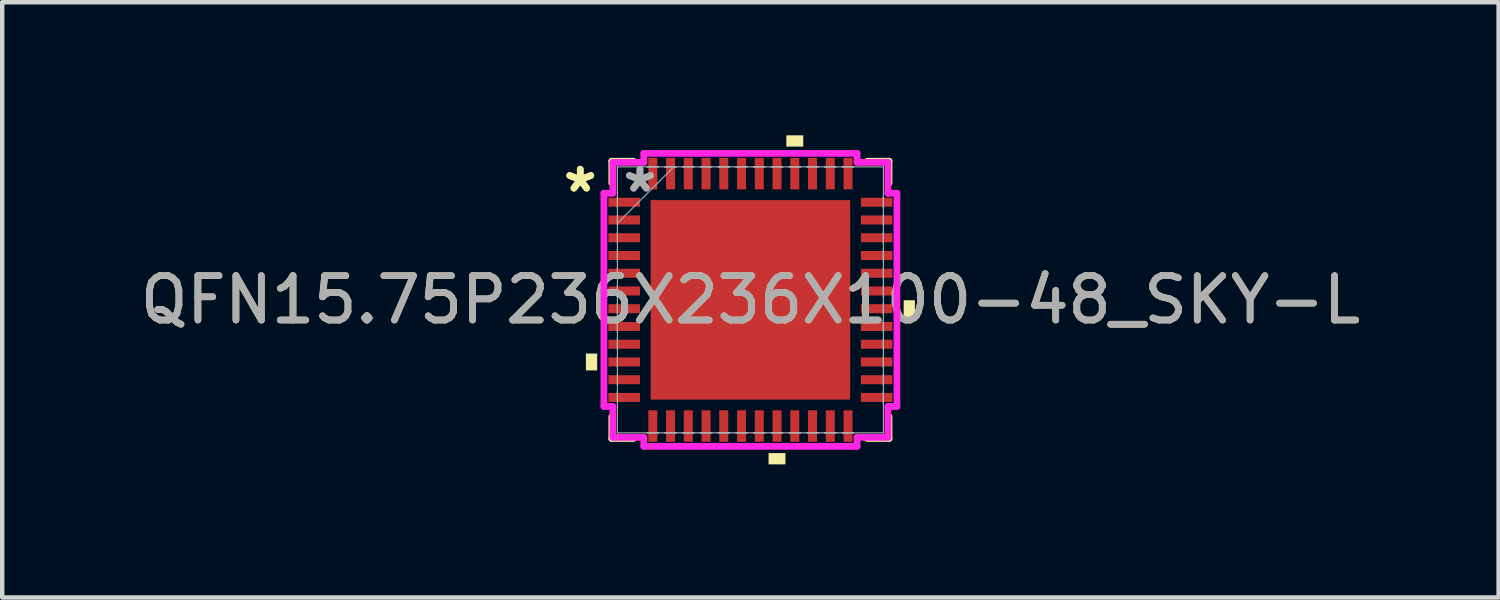
<source format=kicad_pcb>
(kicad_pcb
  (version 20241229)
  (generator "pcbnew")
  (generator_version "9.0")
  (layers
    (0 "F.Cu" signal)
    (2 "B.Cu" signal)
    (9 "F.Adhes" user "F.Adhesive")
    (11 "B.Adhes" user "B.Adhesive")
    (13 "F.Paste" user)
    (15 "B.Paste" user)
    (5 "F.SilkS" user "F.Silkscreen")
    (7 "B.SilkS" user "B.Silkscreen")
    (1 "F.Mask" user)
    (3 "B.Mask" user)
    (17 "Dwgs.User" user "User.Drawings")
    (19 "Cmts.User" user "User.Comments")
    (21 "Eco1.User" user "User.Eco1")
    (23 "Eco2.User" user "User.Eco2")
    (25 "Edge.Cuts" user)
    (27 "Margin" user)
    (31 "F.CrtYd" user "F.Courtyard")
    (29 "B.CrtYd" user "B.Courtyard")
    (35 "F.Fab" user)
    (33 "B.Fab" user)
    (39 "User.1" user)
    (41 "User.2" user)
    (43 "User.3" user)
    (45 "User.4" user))
  (footprint "QFN15.75P236X236X100-48_SKY-L"
    (layer "F.Cu")
    (at 13.863 3.708)
    (property "Reference" "QFN15.75P236X236X100-48_SKY-L" (at 0 0 0) (unlocked yes) (layer "F.SilkS") (effects (font (size 1 1) (thickness 0.15))))
    (attr smd)
    (fp_line (start -3.124 -3.124) (end -3.124 -2.634) (stroke (width 0.152) (type solid)) (layer "F.SilkS"))
    (fp_line (start -3.124 2.634) (end -3.124 3.124) (stroke (width 0.152) (type solid)) (layer "F.SilkS"))
    (fp_line (start -3.124 3.124) (end -2.634 3.124) (stroke (width 0.152) (type solid)) (layer "F.SilkS"))
    (fp_line (start -2.634 -3.124) (end -3.124 -3.124) (stroke (width 0.152) (type solid)) (layer "F.SilkS"))
    (fp_line (start 2.634 3.124) (end 3.124 3.124) (stroke (width 0.152) (type solid)) (layer "F.SilkS"))
    (fp_line (start 3.124 -3.124) (end 2.634 -3.124) (stroke (width 0.152) (type solid)) (layer "F.SilkS"))
    (fp_line (start 3.124 -2.634) (end 3.124 -3.124) (stroke (width 0.152) (type solid)) (layer "F.SilkS"))
    (fp_line (start 3.124 3.124) (end 3.124 2.634) (stroke (width 0.152) (type solid)) (layer "F.SilkS"))
    (fp_poly (pts (xy -3.708 1.21) (xy -3.708 1.591) (xy -3.454 1.591) (xy -3.454 1.21)) (stroke (width 0) (type solid)) (fill yes) (layer "F.SilkS"))
    (fp_poly (pts (xy 0.409 3.454) (xy 0.409 3.708) (xy 0.79 3.708) (xy 0.79 3.454)) (stroke (width 0) (type solid)) (fill yes) (layer "F.SilkS"))
    (fp_poly (pts (xy 0.81 -3.454) (xy 0.81 -3.708) (xy 1.191 -3.708) (xy 1.191 -3.454)) (stroke (width 0) (type solid)) (fill yes) (layer "F.SilkS"))
    (fp_poly (pts (xy 3.708 0.009) (xy 3.708 0.391) (xy 3.454 0.391) (xy 3.454 0.009)) (stroke (width 0) (type solid)) (fill yes) (layer "F.SilkS"))
    (fp_poly (pts (xy -2.148 -2.148) (xy -2.148 -0.849) (xy -0.849 -0.849) (xy -0.849 -2.148)) (stroke (width 0) (type solid)) (fill yes) (layer "F.Paste"))
    (fp_poly (pts (xy -2.148 -0.649) (xy -2.148 0.649) (xy -0.849 0.649) (xy -0.849 -0.649)) (stroke (width 0) (type solid)) (fill yes) (layer "F.Paste"))
    (fp_poly (pts (xy -2.148 0.849) (xy -2.148 2.148) (xy -0.849 2.148) (xy -0.849 0.849)) (stroke (width 0) (type solid)) (fill yes) (layer "F.Paste"))
    (fp_poly (pts (xy -0.649 -2.148) (xy -0.649 -0.849) (xy 0.649 -0.849) (xy 0.649 -2.148)) (stroke (width 0) (type solid)) (fill yes) (layer "F.Paste"))
    (fp_poly (pts (xy -0.649 -0.649) (xy -0.649 0.649) (xy 0.649 0.649) (xy 0.649 -0.649)) (stroke (width 0) (type solid)) (fill yes) (layer "F.Paste"))
    (fp_poly (pts (xy -0.649 0.849) (xy -0.649 2.148) (xy 0.649 2.148) (xy 0.649 0.849)) (stroke (width 0) (type solid)) (fill yes) (layer "F.Paste"))
    (fp_poly (pts (xy 0.849 -2.148) (xy 0.849 -0.849) (xy 2.148 -0.849) (xy 2.148 -2.148)) (stroke (width 0) (type solid)) (fill yes) (layer "F.Paste"))
    (fp_poly (pts (xy 0.849 -0.649) (xy 0.849 0.649) (xy 2.148 0.649) (xy 2.148 -0.649)) (stroke (width 0) (type solid)) (fill yes) (layer "F.Paste"))
    (fp_poly (pts (xy 0.849 0.849) (xy 0.849 2.148) (xy 2.148 2.148) (xy 2.148 0.849)) (stroke (width 0) (type solid)) (fill yes) (layer "F.Paste"))
    (fp_line (start -3.302 -2.403) (end -3.099 -2.403) (stroke (width 0.152) (type solid)) (layer "F.CrtYd"))
    (fp_line (start -3.302 2.403) (end -3.302 -2.403) (stroke (width 0.152) (type solid)) (layer "F.CrtYd"))
    (fp_line (start -3.099 -3.099) (end -2.403 -3.099) (stroke (width 0.152) (type solid)) (layer "F.CrtYd"))
    (fp_line (start -3.099 -2.403) (end -3.099 -3.099) (stroke (width 0.152) (type solid)) (layer "F.CrtYd"))
    (fp_line (start -3.099 2.403) (end -3.302 2.403) (stroke (width 0.152) (type solid)) (layer "F.CrtYd"))
    (fp_line (start -3.099 3.099) (end -3.099 2.403) (stroke (width 0.152) (type solid)) (layer "F.CrtYd"))
    (fp_line (start -2.403 -3.302) (end 2.403 -3.302) (stroke (width 0.152) (type solid)) (layer "F.CrtYd"))
    (fp_line (start -2.403 -3.099) (end -2.403 -3.302) (stroke (width 0.152) (type solid)) (layer "F.CrtYd"))
    (fp_line (start -2.403 3.099) (end -3.099 3.099) (stroke (width 0.152) (type solid)) (layer "F.CrtYd"))
    (fp_line (start -2.403 3.302) (end -2.403 3.099) (stroke (width 0.152) (type solid)) (layer "F.CrtYd"))
    (fp_line (start 2.403 -3.302) (end 2.403 -3.099) (stroke (width 0.152) (type solid)) (layer "F.CrtYd"))
    (fp_line (start 2.403 -3.099) (end 3.099 -3.099) (stroke (width 0.152) (type solid)) (layer "F.CrtYd"))
    (fp_line (start 2.403 3.099) (end 2.403 3.302) (stroke (width 0.152) (type solid)) (layer "F.CrtYd"))
    (fp_line (start 2.403 3.302) (end -2.403 3.302) (stroke (width 0.152) (type solid)) (layer "F.CrtYd"))
    (fp_line (start 3.099 -3.099) (end 3.099 -2.403) (stroke (width 0.152) (type solid)) (layer "F.CrtYd"))
    (fp_line (start 3.099 -2.403) (end 3.302 -2.403) (stroke (width 0.152) (type solid)) (layer "F.CrtYd"))
    (fp_line (start 3.099 2.403) (end 3.099 3.099) (stroke (width 0.152) (type solid)) (layer "F.CrtYd"))
    (fp_line (start 3.099 3.099) (end 2.403 3.099) (stroke (width 0.152) (type solid)) (layer "F.CrtYd"))
    (fp_line (start 3.302 -2.403) (end 3.302 2.403) (stroke (width 0.152) (type solid)) (layer "F.CrtYd"))
    (fp_line (start 3.302 2.403) (end 3.099 2.403) (stroke (width 0.152) (type solid)) (layer "F.CrtYd"))
    (fp_line (start -2.997 -2.997) (end -2.997 -2.997) (stroke (width 0.025) (type solid)) (layer "F.Fab"))
    (fp_line (start -2.997 -2.997) (end -2.997 2.997) (stroke (width 0.025) (type solid)) (layer "F.Fab"))
    (fp_line (start -2.997 -2.327) (end -2.997 -2.327) (stroke (width 0.025) (type solid)) (layer "F.Fab"))
    (fp_line (start -2.997 -2.327) (end -2.997 -2.073) (stroke (width 0.025) (type solid)) (layer "F.Fab"))
    (fp_line (start -2.997 -2.073) (end -2.997 -2.327) (stroke (width 0.025) (type solid)) (layer "F.Fab"))
    (fp_line (start -2.997 -2.073) (end -2.997 -2.073) (stroke (width 0.025) (type solid)) (layer "F.Fab"))
    (fp_line (start -2.997 -1.927) (end -2.997 -1.927) (stroke (width 0.025) (type solid)) (layer "F.Fab"))
    (fp_line (start -2.997 -1.927) (end -2.997 -1.673) (stroke (width 0.025) (type solid)) (layer "F.Fab"))
    (fp_line (start -2.997 -1.727) (end -1.727 -2.997) (stroke (width 0.025) (type solid)) (layer "F.Fab"))
    (fp_line (start -2.997 -1.673) (end -2.997 -1.927) (stroke (width 0.025) (type solid)) (layer "F.Fab"))
    (fp_line (start -2.997 -1.673) (end -2.997 -1.673) (stroke (width 0.025) (type solid)) (layer "F.Fab"))
    (fp_line (start -2.997 -1.527) (end -2.997 -1.527) (stroke (width 0.025) (type solid)) (layer "F.Fab"))
    (fp_line (start -2.997 -1.527) (end -2.997 -1.273) (stroke (width 0.025) (type solid)) (layer "F.Fab"))
    (fp_line (start -2.997 -1.273) (end -2.997 -1.527) (stroke (width 0.025) (type solid)) (layer "F.Fab"))
    (fp_line (start -2.997 -1.273) (end -2.997 -1.273) (stroke (width 0.025) (type solid)) (layer "F.Fab"))
    (fp_line (start -2.997 -1.127) (end -2.997 -1.127) (stroke (width 0.025) (type solid)) (layer "F.Fab"))
    (fp_line (start -2.997 -1.127) (end -2.997 -0.873) (stroke (width 0.025) (type solid)) (layer "F.Fab"))
    (fp_line (start -2.997 -0.873) (end -2.997 -1.127) (stroke (width 0.025) (type solid)) (layer "F.Fab"))
    (fp_line (start -2.997 -0.873) (end -2.997 -0.873) (stroke (width 0.025) (type solid)) (layer "F.Fab"))
    (fp_line (start -2.997 -0.727) (end -2.997 -0.727) (stroke (width 0.025) (type solid)) (layer "F.Fab"))
    (fp_line (start -2.997 -0.727) (end -2.997 -0.473) (stroke (width 0.025) (type solid)) (layer "F.Fab"))
    (fp_line (start -2.997 -0.473) (end -2.997 -0.727) (stroke (width 0.025) (type solid)) (layer "F.Fab"))
    (fp_line (start -2.997 -0.473) (end -2.997 -0.473) (stroke (width 0.025) (type solid)) (layer "F.Fab"))
    (fp_line (start -2.997 -0.327) (end -2.997 -0.327) (stroke (width 0.025) (type solid)) (layer "F.Fab"))
    (fp_line (start -2.997 -0.327) (end -2.997 -0.073) (stroke (width 0.025) (type solid)) (layer "F.Fab"))
    (fp_line (start -2.997 -0.073) (end -2.997 -0.327) (stroke (width 0.025) (type solid)) (layer "F.Fab"))
    (fp_line (start -2.997 -0.073) (end -2.997 -0.073) (stroke (width 0.025) (type solid)) (layer "F.Fab"))
    (fp_line (start -2.997 0.073) (end -2.997 0.073) (stroke (width 0.025) (type solid)) (layer "F.Fab"))
    (fp_line (start -2.997 0.073) (end -2.997 0.327) (stroke (width 0.025) (type solid)) (layer "F.Fab"))
    (fp_line (start -2.997 0.327) (end -2.997 0.073) (stroke (width 0.025) (type solid)) (layer "F.Fab"))
    (fp_line (start -2.997 0.327) (end -2.997 0.327) (stroke (width 0.025) (type solid)) (layer "F.Fab"))
    (fp_line (start -2.997 0.473) (end -2.997 0.473) (stroke (width 0.025) (type solid)) (layer "F.Fab"))
    (fp_line (start -2.997 0.473) (end -2.997 0.727) (stroke (width 0.025) (type solid)) (layer "F.Fab"))
    (fp_line (start -2.997 0.727) (end -2.997 0.473) (stroke (width 0.025) (type solid)) (layer "F.Fab"))
    (fp_line (start -2.997 0.727) (end -2.997 0.727) (stroke (width 0.025) (type solid)) (layer "F.Fab"))
    (fp_line (start -2.997 0.873) (end -2.997 0.873) (stroke (width 0.025) (type solid)) (layer "F.Fab"))
    (fp_line (start -2.997 0.873) (end -2.997 1.127) (stroke (width 0.025) (type solid)) (layer "F.Fab"))
    (fp_line (start -2.997 1.127) (end -2.997 0.873) (stroke (width 0.025) (type solid)) (layer "F.Fab"))
    (fp_line (start -2.997 1.127) (end -2.997 1.127) (stroke (width 0.025) (type solid)) (layer "F.Fab"))
    (fp_line (start -2.997 1.273) (end -2.997 1.273) (stroke (width 0.025) (type solid)) (layer "F.Fab"))
    (fp_line (start -2.997 1.273) (end -2.997 1.527) (stroke (width 0.025) (type solid)) (layer "F.Fab"))
    (fp_line (start -2.997 1.527) (end -2.997 1.273) (stroke (width 0.025) (type solid)) (layer "F.Fab"))
    (fp_line (start -2.997 1.527) (end -2.997 1.527) (stroke (width 0.025) (type solid)) (layer "F.Fab"))
    (fp_line (start -2.997 1.673) (end -2.997 1.673) (stroke (width 0.025) (type solid)) (layer "F.Fab"))
    (fp_line (start -2.997 1.673) (end -2.997 1.927) (stroke (width 0.025) (type solid)) (layer "F.Fab"))
    (fp_line (start -2.997 1.927) (end -2.997 1.673) (stroke (width 0.025) (type solid)) (layer "F.Fab"))
    (fp_line (start -2.997 1.927) (end -2.997 1.927) (stroke (width 0.025) (type solid)) (layer "F.Fab"))
    (fp_line (start -2.997 2.073) (end -2.997 2.073) (stroke (width 0.025) (type solid)) (layer "F.Fab"))
    (fp_line (start -2.997 2.073) (end -2.997 2.327) (stroke (width 0.025) (type solid)) (layer "F.Fab"))
    (fp_line (start -2.997 2.327) (end -2.997 2.073) (stroke (width 0.025) (type solid)) (layer "F.Fab"))
    (fp_line (start -2.997 2.327) (end -2.997 2.327) (stroke (width 0.025) (type solid)) (layer "F.Fab"))
    (fp_line (start -2.997 2.997) (end -2.997 2.997) (stroke (width 0.025) (type solid)) (layer "F.Fab"))
    (fp_line (start -2.997 2.997) (end 2.997 2.997) (stroke (width 0.025) (type solid)) (layer "F.Fab"))
    (fp_line (start -2.327 -2.997) (end -2.327 -2.997) (stroke (width 0.025) (type solid)) (layer "F.Fab"))
    (fp_line (start -2.327 -2.997) (end -2.073 -2.997) (stroke (width 0.025) (type solid)) (layer "F.Fab"))
    (fp_line (start -2.327 2.997) (end -2.327 2.997) (stroke (width 0.025) (type solid)) (layer "F.Fab"))
    (fp_line (start -2.327 2.997) (end -2.073 2.997) (stroke (width 0.025) (type solid)) (layer "F.Fab"))
    (fp_line (start -2.073 -2.997) (end -2.327 -2.997) (stroke (width 0.025) (type solid)) (layer "F.Fab"))
    (fp_line (start -2.073 -2.997) (end -2.073 -2.997) (stroke (width 0.025) (type solid)) (layer "F.Fab"))
    (fp_line (start -2.073 2.997) (end -2.327 2.997) (stroke (width 0.025) (type solid)) (layer "F.Fab"))
    (fp_line (start -2.073 2.997) (end -2.073 2.997) (stroke (width 0.025) (type solid)) (layer "F.Fab"))
    (fp_line (start -1.927 -2.997) (end -1.927 -2.997) (stroke (width 0.025) (type solid)) (layer "F.Fab"))
    (fp_line (start -1.927 -2.997) (end -1.673 -2.997) (stroke (width 0.025) (type solid)) (layer "F.Fab"))
    (fp_line (start -1.927 2.997) (end -1.927 2.997) (stroke (width 0.025) (type solid)) (layer "F.Fab"))
    (fp_line (start -1.927 2.997) (end -1.673 2.997) (stroke (width 0.025) (type solid)) (layer "F.Fab"))
    (fp_line (start -1.673 -2.997) (end -1.927 -2.997) (stroke (width 0.025) (type solid)) (layer "F.Fab"))
    (fp_line (start -1.673 -2.997) (end -1.673 -2.997) (stroke (width 0.025) (type solid)) (layer "F.Fab"))
    (fp_line (start -1.673 2.997) (end -1.927 2.997) (stroke (width 0.025) (type solid)) (layer "F.Fab"))
    (fp_line (start -1.673 2.997) (end -1.673 2.997) (stroke (width 0.025) (type solid)) (layer "F.Fab"))
    (fp_line (start -1.527 -2.997) (end -1.527 -2.997) (stroke (width 0.025) (type solid)) (layer "F.Fab"))
    (fp_line (start -1.527 -2.997) (end -1.273 -2.997) (stroke (width 0.025) (type solid)) (layer "F.Fab"))
    (fp_line (start -1.527 2.997) (end -1.527 2.997) (stroke (width 0.025) (type solid)) (layer "F.Fab"))
    (fp_line (start -1.527 2.997) (end -1.273 2.997) (stroke (width 0.025) (type solid)) (layer "F.Fab"))
    (fp_line (start -1.273 -2.997) (end -1.527 -2.997) (stroke (width 0.025) (type solid)) (layer "F.Fab"))
    (fp_line (start -1.273 -2.997) (end -1.273 -2.997) (stroke (width 0.025) (type solid)) (layer "F.Fab"))
    (fp_line (start -1.273 2.997) (end -1.527 2.997) (stroke (width 0.025) (type solid)) (layer "F.Fab"))
    (fp_line (start -1.273 2.997) (end -1.273 2.997) (stroke (width 0.025) (type solid)) (layer "F.Fab"))
    (fp_line (start -1.127 -2.997) (end -1.127 -2.997) (stroke (width 0.025) (type solid)) (layer "F.Fab"))
    (fp_line (start -1.127 -2.997) (end -0.873 -2.997) (stroke (width 0.025) (type solid)) (layer "F.Fab"))
    (fp_line (start -1.127 2.997) (end -1.127 2.997) (stroke (width 0.025) (type solid)) (layer "F.Fab"))
    (fp_line (start -1.127 2.997) (end -0.873 2.997) (stroke (width 0.025) (type solid)) (layer "F.Fab"))
    (fp_line (start -0.873 -2.997) (end -1.127 -2.997) (stroke (width 0.025) (type solid)) (layer "F.Fab"))
    (fp_line (start -0.873 -2.997) (end -0.873 -2.997) (stroke (width 0.025) (type solid)) (layer "F.Fab"))
    (fp_line (start -0.873 2.997) (end -1.127 2.997) (stroke (width 0.025) (type solid)) (layer "F.Fab"))
    (fp_line (start -0.873 2.997) (end -0.873 2.997) (stroke (width 0.025) (type solid)) (layer "F.Fab"))
    (fp_line (start -0.727 -2.997) (end -0.727 -2.997) (stroke (width 0.025) (type solid)) (layer "F.Fab"))
    (fp_line (start -0.727 -2.997) (end -0.473 -2.997) (stroke (width 0.025) (type solid)) (layer "F.Fab"))
    (fp_line (start -0.727 2.997) (end -0.727 2.997) (stroke (width 0.025) (type solid)) (layer "F.Fab"))
    (fp_line (start -0.727 2.997) (end -0.473 2.997) (stroke (width 0.025) (type solid)) (layer "F.Fab"))
    (fp_line (start -0.473 -2.997) (end -0.727 -2.997) (stroke (width 0.025) (type solid)) (layer "F.Fab"))
    (fp_line (start -0.473 -2.997) (end -0.473 -2.997) (stroke (width 0.025) (type solid)) (layer "F.Fab"))
    (fp_line (start -0.473 2.997) (end -0.727 2.997) (stroke (width 0.025) (type solid)) (layer "F.Fab"))
    (fp_line (start -0.473 2.997) (end -0.473 2.997) (stroke (width 0.025) (type solid)) (layer "F.Fab"))
    (fp_line (start -0.327 -2.997) (end -0.327 -2.997) (stroke (width 0.025) (type solid)) (layer "F.Fab"))
    (fp_line (start -0.327 -2.997) (end -0.073 -2.997) (stroke (width 0.025) (type solid)) (layer "F.Fab"))
    (fp_line (start -0.327 2.997) (end -0.327 2.997) (stroke (width 0.025) (type solid)) (layer "F.Fab"))
    (fp_line (start -0.327 2.997) (end -0.073 2.997) (stroke (width 0.025) (type solid)) (layer "F.Fab"))
    (fp_line (start -0.073 -2.997) (end -0.327 -2.997) (stroke (width 0.025) (type solid)) (layer "F.Fab"))
    (fp_line (start -0.073 -2.997) (end -0.073 -2.997) (stroke (width 0.025) (type solid)) (layer "F.Fab"))
    (fp_line (start -0.073 2.997) (end -0.327 2.997) (stroke (width 0.025) (type solid)) (layer "F.Fab"))
    (fp_line (start -0.073 2.997) (end -0.073 2.997) (stroke (width 0.025) (type solid)) (layer "F.Fab"))
    (fp_line (start 0.073 -2.997) (end 0.073 -2.997) (stroke (width 0.025) (type solid)) (layer "F.Fab"))
    (fp_line (start 0.073 -2.997) (end 0.327 -2.997) (stroke (width 0.025) (type solid)) (layer "F.Fab"))
    (fp_line (start 0.073 2.997) (end 0.073 2.997) (stroke (width 0.025) (type solid)) (layer "F.Fab"))
    (fp_line (start 0.073 2.997) (end 0.327 2.997) (stroke (width 0.025) (type solid)) (layer "F.Fab"))
    (fp_line (start 0.327 -2.997) (end 0.073 -2.997) (stroke (width 0.025) (type solid)) (layer "F.Fab"))
    (fp_line (start 0.327 -2.997) (end 0.327 -2.997) (stroke (width 0.025) (type solid)) (layer "F.Fab"))
    (fp_line (start 0.327 2.997) (end 0.073 2.997) (stroke (width 0.025) (type solid)) (layer "F.Fab"))
    (fp_line (start 0.327 2.997) (end 0.327 2.997) (stroke (width 0.025) (type solid)) (layer "F.Fab"))
    (fp_line (start 0.473 -2.997) (end 0.473 -2.997) (stroke (width 0.025) (type solid)) (layer "F.Fab"))
    (fp_line (start 0.473 -2.997) (end 0.727 -2.997) (stroke (width 0.025) (type solid)) (layer "F.Fab"))
    (fp_line (start 0.473 2.997) (end 0.473 2.997) (stroke (width 0.025) (type solid)) (layer "F.Fab"))
    (fp_line (start 0.473 2.997) (end 0.727 2.997) (stroke (width 0.025) (type solid)) (layer "F.Fab"))
    (fp_line (start 0.727 -2.997) (end 0.473 -2.997) (stroke (width 0.025) (type solid)) (layer "F.Fab"))
    (fp_line (start 0.727 -2.997) (end 0.727 -2.997) (stroke (width 0.025) (type solid)) (layer "F.Fab"))
    (fp_line (start 0.727 2.997) (end 0.473 2.997) (stroke (width 0.025) (type solid)) (layer "F.Fab"))
    (fp_line (start 0.727 2.997) (end 0.727 2.997) (stroke (width 0.025) (type solid)) (layer "F.Fab"))
    (fp_line (start 0.873 -2.997) (end 0.873 -2.997) (stroke (width 0.025) (type solid)) (layer "F.Fab"))
    (fp_line (start 0.873 -2.997) (end 1.127 -2.997) (stroke (width 0.025) (type solid)) (layer "F.Fab"))
    (fp_line (start 0.873 2.997) (end 0.873 2.997) (stroke (width 0.025) (type solid)) (layer "F.Fab"))
    (fp_line (start 0.873 2.997) (end 1.127 2.997) (stroke (width 0.025) (type solid)) (layer "F.Fab"))
    (fp_line (start 1.127 -2.997) (end 0.873 -2.997) (stroke (width 0.025) (type solid)) (layer "F.Fab"))
    (fp_line (start 1.127 -2.997) (end 1.127 -2.997) (stroke (width 0.025) (type solid)) (layer "F.Fab"))
    (fp_line (start 1.127 2.997) (end 0.873 2.997) (stroke (width 0.025) (type solid)) (layer "F.Fab"))
    (fp_line (start 1.127 2.997) (end 1.127 2.997) (stroke (width 0.025) (type solid)) (layer "F.Fab"))
    (fp_line (start 1.273 -2.997) (end 1.273 -2.997) (stroke (width 0.025) (type solid)) (layer "F.Fab"))
    (fp_line (start 1.273 -2.997) (end 1.527 -2.997) (stroke (width 0.025) (type solid)) (layer "F.Fab"))
    (fp_line (start 1.273 2.997) (end 1.273 2.997) (stroke (width 0.025) (type solid)) (layer "F.Fab"))
    (fp_line (start 1.273 2.997) (end 1.527 2.997) (stroke (width 0.025) (type solid)) (layer "F.Fab"))
    (fp_line (start 1.527 -2.997) (end 1.273 -2.997) (stroke (width 0.025) (type solid)) (layer "F.Fab"))
    (fp_line (start 1.527 -2.997) (end 1.527 -2.997) (stroke (width 0.025) (type solid)) (layer "F.Fab"))
    (fp_line (start 1.527 2.997) (end 1.273 2.997) (stroke (width 0.025) (type solid)) (layer "F.Fab"))
    (fp_line (start 1.527 2.997) (end 1.527 2.997) (stroke (width 0.025) (type solid)) (layer "F.Fab"))
    (fp_line (start 1.673 -2.997) (end 1.673 -2.997) (stroke (width 0.025) (type solid)) (layer "F.Fab"))
    (fp_line (start 1.673 -2.997) (end 1.927 -2.997) (stroke (width 0.025) (type solid)) (layer "F.Fab"))
    (fp_line (start 1.673 2.997) (end 1.673 2.997) (stroke (width 0.025) (type solid)) (layer "F.Fab"))
    (fp_line (start 1.673 2.997) (end 1.927 2.997) (stroke (width 0.025) (type solid)) (layer "F.Fab"))
    (fp_line (start 1.927 -2.997) (end 1.673 -2.997) (stroke (width 0.025) (type solid)) (layer "F.Fab"))
    (fp_line (start 1.927 -2.997) (end 1.927 -2.997) (stroke (width 0.025) (type solid)) (layer "F.Fab"))
    (fp_line (start 1.927 2.997) (end 1.673 2.997) (stroke (width 0.025) (type solid)) (layer "F.Fab"))
    (fp_line (start 1.927 2.997) (end 1.927 2.997) (stroke (width 0.025) (type solid)) (layer "F.Fab"))
    (fp_line (start 2.073 -2.997) (end 2.073 -2.997) (stroke (width 0.025) (type solid)) (layer "F.Fab"))
    (fp_line (start 2.073 -2.997) (end 2.327 -2.997) (stroke (width 0.025) (type solid)) (layer "F.Fab"))
    (fp_line (start 2.073 2.997) (end 2.073 2.997) (stroke (width 0.025) (type solid)) (layer "F.Fab"))
    (fp_line (start 2.073 2.997) (end 2.327 2.997) (stroke (width 0.025) (type solid)) (layer "F.Fab"))
    (fp_line (start 2.327 -2.997) (end 2.073 -2.997) (stroke (width 0.025) (type solid)) (layer "F.Fab"))
    (fp_line (start 2.327 -2.997) (end 2.327 -2.997) (stroke (width 0.025) (type solid)) (layer "F.Fab"))
    (fp_line (start 2.327 2.997) (end 2.073 2.997) (stroke (width 0.025) (type solid)) (layer "F.Fab"))
    (fp_line (start 2.327 2.997) (end 2.327 2.997) (stroke (width 0.025) (type solid)) (layer "F.Fab"))
    (fp_line (start 2.997 -2.997) (end -2.997 -2.997) (stroke (width 0.025) (type solid)) (layer "F.Fab"))
    (fp_line (start 2.997 -2.997) (end 2.997 -2.997) (stroke (width 0.025) (type solid)) (layer "F.Fab"))
    (fp_line (start 2.997 -2.327) (end 2.997 -2.327) (stroke (width 0.025) (type solid)) (layer "F.Fab"))
    (fp_line (start 2.997 -2.327) (end 2.997 -2.073) (stroke (width 0.025) (type solid)) (layer "F.Fab"))
    (fp_line (start 2.997 -2.073) (end 2.997 -2.327) (stroke (width 0.025) (type solid)) (layer "F.Fab"))
    (fp_line (start 2.997 -2.073) (end 2.997 -2.073) (stroke (width 0.025) (type solid)) (layer "F.Fab"))
    (fp_line (start 2.997 -1.927) (end 2.997 -1.927) (stroke (width 0.025) (type solid)) (layer "F.Fab"))
    (fp_line (start 2.997 -1.927) (end 2.997 -1.673) (stroke (width 0.025) (type solid)) (layer "F.Fab"))
    (fp_line (start 2.997 -1.673) (end 2.997 -1.927) (stroke (width 0.025) (type solid)) (layer "F.Fab"))
    (fp_line (start 2.997 -1.673) (end 2.997 -1.673) (stroke (width 0.025) (type solid)) (layer "F.Fab"))
    (fp_line (start 2.997 -1.527) (end 2.997 -1.527) (stroke (width 0.025) (type solid)) (layer "F.Fab"))
    (fp_line (start 2.997 -1.527) (end 2.997 -1.273) (stroke (width 0.025) (type solid)) (layer "F.Fab"))
    (fp_line (start 2.997 -1.273) (end 2.997 -1.527) (stroke (width 0.025) (type solid)) (layer "F.Fab"))
    (fp_line (start 2.997 -1.273) (end 2.997 -1.273) (stroke (width 0.025) (type solid)) (layer "F.Fab"))
    (fp_line (start 2.997 -1.127) (end 2.997 -1.127) (stroke (width 0.025) (type solid)) (layer "F.Fab"))
    (fp_line (start 2.997 -1.127) (end 2.997 -0.873) (stroke (width 0.025) (type solid)) (layer "F.Fab"))
    (fp_line (start 2.997 -0.873) (end 2.997 -1.127) (stroke (width 0.025) (type solid)) (layer "F.Fab"))
    (fp_line (start 2.997 -0.873) (end 2.997 -0.873) (stroke (width 0.025) (type solid)) (layer "F.Fab"))
    (fp_line (start 2.997 -0.727) (end 2.997 -0.727) (stroke (width 0.025) (type solid)) (layer "F.Fab"))
    (fp_line (start 2.997 -0.727) (end 2.997 -0.473) (stroke (width 0.025) (type solid)) (layer "F.Fab"))
    (fp_line (start 2.997 -0.473) (end 2.997 -0.727) (stroke (width 0.025) (type solid)) (layer "F.Fab"))
    (fp_line (start 2.997 -0.473) (end 2.997 -0.473) (stroke (width 0.025) (type solid)) (layer "F.Fab"))
    (fp_line (start 2.997 -0.327) (end 2.997 -0.327) (stroke (width 0.025) (type solid)) (layer "F.Fab"))
    (fp_line (start 2.997 -0.327) (end 2.997 -0.073) (stroke (width 0.025) (type solid)) (layer "F.Fab"))
    (fp_line (start 2.997 -0.073) (end 2.997 -0.327) (stroke (width 0.025) (type solid)) (layer "F.Fab"))
    (fp_line (start 2.997 -0.073) (end 2.997 -0.073) (stroke (width 0.025) (type solid)) (layer "F.Fab"))
    (fp_line (start 2.997 0.073) (end 2.997 0.073) (stroke (width 0.025) (type solid)) (layer "F.Fab"))
    (fp_line (start 2.997 0.073) (end 2.997 0.327) (stroke (width 0.025) (type solid)) (layer "F.Fab"))
    (fp_line (start 2.997 0.327) (end 2.997 0.073) (stroke (width 0.025) (type solid)) (layer "F.Fab"))
    (fp_line (start 2.997 0.327) (end 2.997 0.327) (stroke (width 0.025) (type solid)) (layer "F.Fab"))
    (fp_line (start 2.997 0.473) (end 2.997 0.473) (stroke (width 0.025) (type solid)) (layer "F.Fab"))
    (fp_line (start 2.997 0.473) (end 2.997 0.727) (stroke (width 0.025) (type solid)) (layer "F.Fab"))
    (fp_line (start 2.997 0.727) (end 2.997 0.473) (stroke (width 0.025) (type solid)) (layer "F.Fab"))
    (fp_line (start 2.997 0.727) (end 2.997 0.727) (stroke (width 0.025) (type solid)) (layer "F.Fab"))
    (fp_line (start 2.997 0.873) (end 2.997 0.873) (stroke (width 0.025) (type solid)) (layer "F.Fab"))
    (fp_line (start 2.997 0.873) (end 2.997 1.127) (stroke (width 0.025) (type solid)) (layer "F.Fab"))
    (fp_line (start 2.997 1.127) (end 2.997 0.873) (stroke (width 0.025) (type solid)) (layer "F.Fab"))
    (fp_line (start 2.997 1.127) (end 2.997 1.127) (stroke (width 0.025) (type solid)) (layer "F.Fab"))
    (fp_line (start 2.997 1.273) (end 2.997 1.273) (stroke (width 0.025) (type solid)) (layer "F.Fab"))
    (fp_line (start 2.997 1.273) (end 2.997 1.527) (stroke (width 0.025) (type solid)) (layer "F.Fab"))
    (fp_line (start 2.997 1.527) (end 2.997 1.273) (stroke (width 0.025) (type solid)) (layer "F.Fab"))
    (fp_line (start 2.997 1.527) (end 2.997 1.527) (stroke (width 0.025) (type solid)) (layer "F.Fab"))
    (fp_line (start 2.997 1.673) (end 2.997 1.673) (stroke (width 0.025) (type solid)) (layer "F.Fab"))
    (fp_line (start 2.997 1.673) (end 2.997 1.927) (stroke (width 0.025) (type solid)) (layer "F.Fab"))
    (fp_line (start 2.997 1.927) (end 2.997 1.673) (stroke (width 0.025) (type solid)) (layer "F.Fab"))
    (fp_line (start 2.997 1.927) (end 2.997 1.927) (stroke (width 0.025) (type solid)) (layer "F.Fab"))
    (fp_line (start 2.997 2.073) (end 2.997 2.073) (stroke (width 0.025) (type solid)) (layer "F.Fab"))
    (fp_line (start 2.997 2.073) (end 2.997 2.327) (stroke (width 0.025) (type solid)) (layer "F.Fab"))
    (fp_line (start 2.997 2.327) (end 2.997 2.073) (stroke (width 0.025) (type solid)) (layer "F.Fab"))
    (fp_line (start 2.997 2.327) (end 2.997 2.327) (stroke (width 0.025) (type solid)) (layer "F.Fab"))
    (fp_line (start 2.997 2.997) (end 2.997 -2.997) (stroke (width 0.025) (type solid)) (layer "F.Fab"))
    (fp_line (start 2.997 2.997) (end 2.997 2.997) (stroke (width 0.025) (type solid)) (layer "F.Fab"))
    (fp_text user "*" (at -3.835 -2.4 0) (unlocked yes) (layer "F.SilkS") (effects (font (size 1 1) (thickness 0.15))))
    (fp_text user "*" (at -3.835 -2.4 0) (layer "F.SilkS") (effects (font (size 1 1) (thickness 0.15))))
    (fp_text user "${REFERENCE}" (at 0 0 0) (unlocked yes) (layer "F.Fab") (effects (font (size 1 1) (thickness 0.15))))
    (fp_text user "*" (at -2.489 -2.4 0) (unlocked yes) (layer "F.Fab") (effects (font (size 1 1) (thickness 0.15))))
    (fp_text user "*" (at -2.489 -2.4 0) (layer "F.Fab") (effects (font (size 1 1) (thickness 0.15))))
    (pad "1" smd rect (at -2.845 -2.2 90) (size 0.203 0.711) (layers "F.Cu" "F.Mask" "F.Paste"))
    (pad "2" smd rect (at -2.845 -1.8 90) (size 0.203 0.711) (layers "F.Cu" "F.Mask" "F.Paste"))
    (pad "3" smd rect (at -2.845 -1.4 90) (size 0.203 0.711) (layers "F.Cu" "F.Mask" "F.Paste"))
    (pad "4" smd rect (at -2.845 -1 90) (size 0.203 0.711) (layers "F.Cu" "F.Mask" "F.Paste"))
    (pad "5" smd rect (at -2.845 -0.6 90) (size 0.203 0.711) (layers "F.Cu" "F.Mask" "F.Paste"))
    (pad "6" smd rect (at -2.845 -0.2 90) (size 0.203 0.711) (layers "F.Cu" "F.Mask" "F.Paste"))
    (pad "7" smd rect (at -2.845 0.2 90) (size 0.203 0.711) (layers "F.Cu" "F.Mask" "F.Paste"))
    (pad "8" smd rect (at -2.845 0.6 90) (size 0.203 0.711) (layers "F.Cu" "F.Mask" "F.Paste"))
    (pad "9" smd rect (at -2.845 1 90) (size 0.203 0.711) (layers "F.Cu" "F.Mask" "F.Paste"))
    (pad "10" smd rect (at -2.845 1.4 90) (size 0.203 0.711) (layers "F.Cu" "F.Mask" "F.Paste"))
    (pad "11" smd rect (at -2.845 1.8 90) (size 0.203 0.711) (layers "F.Cu" "F.Mask" "F.Paste"))
    (pad "12" smd rect (at -2.845 2.2 90) (size 0.203 0.711) (layers "F.Cu" "F.Mask" "F.Paste"))
    (pad "13" smd rect (at -2.2 2.845) (size 0.203 0.711) (layers "F.Cu" "F.Mask" "F.Paste"))
    (pad "14" smd rect (at -1.8 2.845) (size 0.203 0.711) (layers "F.Cu" "F.Mask" "F.Paste"))
    (pad "15" smd rect (at -1.4 2.845) (size 0.203 0.711) (layers "F.Cu" "F.Mask" "F.Paste"))
    (pad "16" smd rect (at -1 2.845) (size 0.203 0.711) (layers "F.Cu" "F.Mask" "F.Paste"))
    (pad "17" smd rect (at -0.6 2.845) (size 0.203 0.711) (layers "F.Cu" "F.Mask" "F.Paste"))
    (pad "18" smd rect (at -0.2 2.845) (size 0.203 0.711) (layers "F.Cu" "F.Mask" "F.Paste"))
    (pad "19" smd rect (at 0.2 2.845) (size 0.203 0.711) (layers "F.Cu" "F.Mask" "F.Paste"))
    (pad "20" smd rect (at 0.6 2.845) (size 0.203 0.711) (layers "F.Cu" "F.Mask" "F.Paste"))
    (pad "21" smd rect (at 1 2.845) (size 0.203 0.711) (layers "F.Cu" "F.Mask" "F.Paste"))
    (pad "22" smd rect (at 1.4 2.845) (size 0.203 0.711) (layers "F.Cu" "F.Mask" "F.Paste"))
    (pad "23" smd rect (at 1.8 2.845) (size 0.203 0.711) (layers "F.Cu" "F.Mask" "F.Paste"))
    (pad "24" smd rect (at 2.2 2.845) (size 0.203 0.711) (layers "F.Cu" "F.Mask" "F.Paste"))
    (pad "25" smd rect (at 2.845 2.2 90) (size 0.203 0.711) (layers "F.Cu" "F.Mask" "F.Paste"))
    (pad "26" smd rect (at 2.845 1.8 90) (size 0.203 0.711) (layers "F.Cu" "F.Mask" "F.Paste"))
    (pad "27" smd rect (at 2.845 1.4 90) (size 0.203 0.711) (layers "F.Cu" "F.Mask" "F.Paste"))
    (pad "28" smd rect (at 2.845 1 90) (size 0.203 0.711) (layers "F.Cu" "F.Mask" "F.Paste"))
    (pad "29" smd rect (at 2.845 0.6 90) (size 0.203 0.711) (layers "F.Cu" "F.Mask" "F.Paste"))
    (pad "30" smd rect (at 2.845 0.2 90) (size 0.203 0.711) (layers "F.Cu" "F.Mask" "F.Paste"))
    (pad "31" smd rect (at 2.845 -0.2 90) (size 0.203 0.711) (layers "F.Cu" "F.Mask" "F.Paste"))
    (pad "32" smd rect (at 2.845 -0.6 90) (size 0.203 0.711) (layers "F.Cu" "F.Mask" "F.Paste"))
    (pad "33" smd rect (at 2.845 -1 90) (size 0.203 0.711) (layers "F.Cu" "F.Mask" "F.Paste"))
    (pad "34" smd rect (at 2.845 -1.4 90) (size 0.203 0.711) (layers "F.Cu" "F.Mask" "F.Paste"))
    (pad "35" smd rect (at 2.845 -1.8 90) (size 0.203 0.711) (layers "F.Cu" "F.Mask" "F.Paste"))
    (pad "36" smd rect (at 2.845 -2.2 90) (size 0.203 0.711) (layers "F.Cu" "F.Mask" "F.Paste"))
    (pad "37" smd rect (at 2.2 -2.845) (size 0.203 0.711) (layers "F.Cu" "F.Mask" "F.Paste"))
    (pad "38" smd rect (at 1.8 -2.845) (size 0.203 0.711) (layers "F.Cu" "F.Mask" "F.Paste"))
    (pad "39" smd rect (at 1.4 -2.845) (size 0.203 0.711) (layers "F.Cu" "F.Mask" "F.Paste"))
    (pad "40" smd rect (at 1 -2.845) (size 0.203 0.711) (layers "F.Cu" "F.Mask" "F.Paste"))
    (pad "41" smd rect (at 0.6 -2.845) (size 0.203 0.711) (layers "F.Cu" "F.Mask" "F.Paste"))
    (pad "42" smd rect (at 0.2 -2.845) (size 0.203 0.711) (layers "F.Cu" "F.Mask" "F.Paste"))
    (pad "43" smd rect (at -0.2 -2.845) (size 0.203 0.711) (layers "F.Cu" "F.Mask" "F.Paste"))
    (pad "44" smd rect (at -0.6 -2.845) (size 0.203 0.711) (layers "F.Cu" "F.Mask" "F.Paste"))
    (pad "45" smd rect (at -1 -2.845) (size 0.203 0.711) (layers "F.Cu" "F.Mask" "F.Paste"))
    (pad "46" smd rect (at -1.4 -2.845) (size 0.203 0.711) (layers "F.Cu" "F.Mask" "F.Paste"))
    (pad "47" smd rect (at -1.8 -2.845) (size 0.203 0.711) (layers "F.Cu" "F.Mask" "F.Paste"))
    (pad "48" smd rect (at -2.2 -2.845) (size 0.203 0.711) (layers "F.Cu" "F.Mask" "F.Paste"))
    (pad "49" smd rect (at 0 0) (size 4.496 4.496) (layers "F.Cu" "F.Mask" "F.Paste")))
  (gr_rect
    (start -3 -3)
    (end 30.726 10.417)
    (stroke (width 0.1) (type default))
    (fill no)
    (layer "Edge.Cuts")))
</source>
